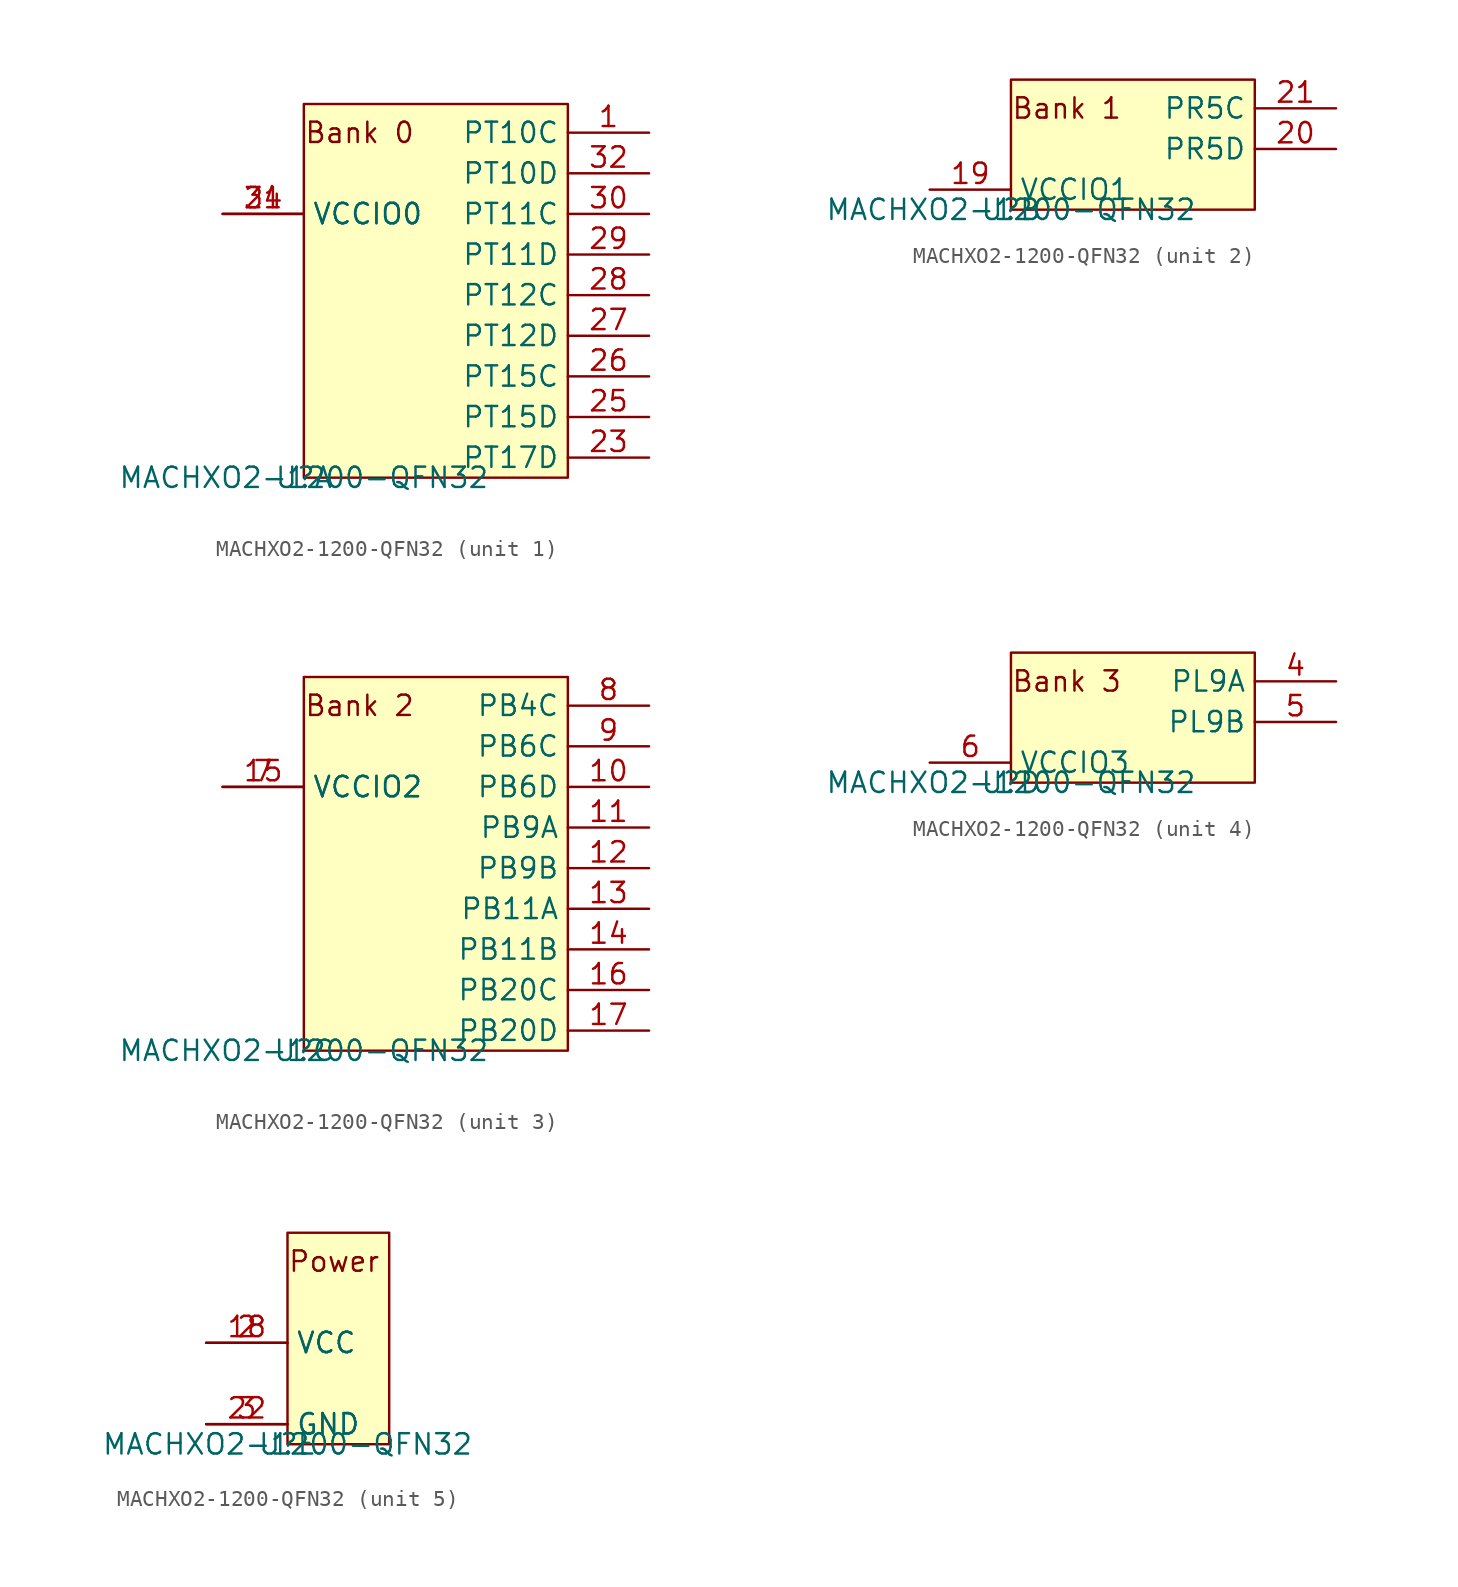
<source format=kicad_sym>
(kicad_symbol_lib
  (version 20211014)
  (generator kicad_symbol_editor)
  (symbol "MACHXO2-1200-QFN32"
    (property "Reference" "U"
      (at 0 0 0)
      (effects (font (size 1.27 1.27))))
    (property "Value" "MACHXO2-1200-QFN32"
      (at 0 0 0)
      (effects (font (size 1.27 1.27))))
    (property "ki_locked" ""
      (at 0 0 0)
      (effects (font (size 1.27 1.27))))
    (symbol "MACHXO2-1200-QFN32_1_0"
      (pin power_in line (at -5.08 16.494 0) (length 5.08) (name "VCCIO0" (effects (font (size 1.27 1.27)))) (number "24" (effects (font (size 1.27 1.27)))))
      (pin power_in line (at -5.08 16.494 0) (length 5.08) (name "VCCIO0" (effects (font (size 1.27 1.27)))) (number "31" (effects (font (size 1.27 1.27)))))
      (pin bidirectional line (at 21.59 21.574 180) (length 5.08) (name "PT10C" (effects (font (size 1.27 1.27)))) (number "1" (effects (font (size 1.27 1.27)))))
      (pin bidirectional line (at 21.59 19.034 180) (length 5.08) (name "PT10D" (effects (font (size 1.27 1.27)))) (number "32" (effects (font (size 1.27 1.27)))))
      (pin bidirectional line (at 21.59 16.494 180) (length 5.08) (name "PT11C" (effects (font (size 1.27 1.27)))) (number "30" (effects (font (size 1.27 1.27)))))
      (pin bidirectional line (at 21.59 13.954 180) (length 5.08) (name "PT11D" (effects (font (size 1.27 1.27)))) (number "29" (effects (font (size 1.27 1.27)))))
      (pin bidirectional line (at 21.59 11.414 180) (length 5.08) (name "PT12C" (effects (font (size 1.27 1.27)))) (number "28" (effects (font (size 1.27 1.27)))))
      (pin bidirectional line (at 21.59 8.874 180) (length 5.08) (name "PT12D" (effects (font (size 1.27 1.27)))) (number "27" (effects (font (size 1.27 1.27)))))
      (pin bidirectional line (at 21.59 6.334 180) (length 5.08) (name "PT15C" (effects (font (size 1.27 1.27)))) (number "26" (effects (font (size 1.27 1.27)))))
      (pin bidirectional line (at 21.59 3.794 180) (length 5.08) (name "PT15D" (effects (font (size 1.27 1.27)))) (number "25" (effects (font (size 1.27 1.27)))))
      (pin bidirectional line (at 21.59 1.254 180) (length 5.08) (name "PT17D" (effects (font (size 1.27 1.27)))) (number "23" (effects (font (size 1.27 1.27))))))
    (symbol "MACHXO2-1200-QFN32_1_1"
      (rectangle (start 0 0) (end 16.51 23.368) (stroke (width 0) (type default) (color 0 0 0 0)) (fill (type background)))
      (text "Bank 0" (at 0 21.574 0) (effects (font (size 1.27 1.27)) (justify left))))
    (symbol "MACHXO2-1200-QFN32_2_0"
      (pin power_in line (at -5.08 1.254 0) (length 5.08) (name "VCCIO1" (effects (font (size 1.27 1.27)))) (number "19" (effects (font (size 1.27 1.27)))))
      (pin bidirectional line (at 20.32 6.334 180) (length 5.08) (name "PR5C" (effects (font (size 1.27 1.27)))) (number "21" (effects (font (size 1.27 1.27)))))
      (pin bidirectional line (at 20.32 3.794 180) (length 5.08) (name "PR5D" (effects (font (size 1.27 1.27)))) (number "20" (effects (font (size 1.27 1.27))))))
    (symbol "MACHXO2-1200-QFN32_2_1"
      (rectangle (start 0 0) (end 15.24 8.128) (stroke (width 0) (type default) (color 0 0 0 0)) (fill (type background)))
      (text "Bank 1" (at 0 6.334 0) (effects (font (size 1.27 1.27)) (justify left))))
    (symbol "MACHXO2-1200-QFN32_3_0"
      (pin power_in line (at -5.08 16.494 0) (length 5.08) (name "VCCIO2" (effects (font (size 1.27 1.27)))) (number "7" (effects (font (size 1.27 1.27)))))
      (pin power_in line (at -5.08 16.494 0) (length 5.08) (name "VCCIO2" (effects (font (size 1.27 1.27)))) (number "15" (effects (font (size 1.27 1.27)))))
      (pin bidirectional line (at 21.59 21.574 180) (length 5.08) (name "PB4C" (effects (font (size 1.27 1.27)))) (number "8" (effects (font (size 1.27 1.27)))))
      (pin bidirectional line (at 21.59 19.034 180) (length 5.08) (name "PB6C" (effects (font (size 1.27 1.27)))) (number "9" (effects (font (size 1.27 1.27)))))
      (pin bidirectional line (at 21.59 16.494 180) (length 5.08) (name "PB6D" (effects (font (size 1.27 1.27)))) (number "10" (effects (font (size 1.27 1.27)))))
      (pin bidirectional line (at 21.59 13.954 180) (length 5.08) (name "PB9A" (effects (font (size 1.27 1.27)))) (number "11" (effects (font (size 1.27 1.27)))))
      (pin bidirectional line (at 21.59 11.414 180) (length 5.08) (name "PB9B" (effects (font (size 1.27 1.27)))) (number "12" (effects (font (size 1.27 1.27)))))
      (pin bidirectional line (at 21.59 8.874 180) (length 5.08) (name "PB11A" (effects (font (size 1.27 1.27)))) (number "13" (effects (font (size 1.27 1.27)))))
      (pin bidirectional line (at 21.59 6.334 180) (length 5.08) (name "PB11B" (effects (font (size 1.27 1.27)))) (number "14" (effects (font (size 1.27 1.27)))))
      (pin bidirectional line (at 21.59 3.794 180) (length 5.08) (name "PB20C" (effects (font (size 1.27 1.27)))) (number "16" (effects (font (size 1.27 1.27)))))
      (pin bidirectional line (at 21.59 1.254 180) (length 5.08) (name "PB20D" (effects (font (size 1.27 1.27)))) (number "17" (effects (font (size 1.27 1.27))))))
    (symbol "MACHXO2-1200-QFN32_3_1"
      (rectangle (start 0 0) (end 16.51 23.368) (stroke (width 0) (type default) (color 0 0 0 0)) (fill (type background)))
      (text "Bank 2" (at 0 21.574 0) (effects (font (size 1.27 1.27)) (justify left))))
    (symbol "MACHXO2-1200-QFN32_4_0"
      (pin power_in line (at -5.08 1.254 0) (length 5.08) (name "VCCIO3" (effects (font (size 1.27 1.27)))) (number "6" (effects (font (size 1.27 1.27)))))
      (pin bidirectional line (at 20.32 6.334 180) (length 5.08) (name "PL9A" (effects (font (size 1.27 1.27)))) (number "4" (effects (font (size 1.27 1.27)))))
      (pin bidirectional line (at 20.32 3.794 180) (length 5.08) (name "PL9B" (effects (font (size 1.27 1.27)))) (number "5" (effects (font (size 1.27 1.27))))))
    (symbol "MACHXO2-1200-QFN32_4_1"
      (rectangle (start 0 0) (end 15.24 8.128) (stroke (width 0) (type default) (color 0 0 0 0)) (fill (type background)))
      (text "Bank 3" (at 0 6.334 0) (effects (font (size 1.27 1.27)) (justify left))))
    (symbol "MACHXO2-1200-QFN32_5_0"
      (pin power_in line (at -5.08 6.334 0) (length 5.08) (name "VCC" (effects (font (size 1.27 1.27)))) (number "18" (effects (font (size 1.27 1.27)))))
      (pin power_in line (at -5.08 6.334 0) (length 5.08) (name "VCC" (effects (font (size 1.27 1.27)))) (number "2" (effects (font (size 1.27 1.27)))))
      (pin power_in line (at -5.08 1.254 0) (length 5.08) (name "GND" (effects (font (size 1.27 1.27)))) (number "3" (effects (font (size 1.27 1.27)))))
      (pin power_in line (at -5.08 1.254 0) (length 5.08) (name "GND" (effects (font (size 1.27 1.27)))) (number "22" (effects (font (size 1.27 1.27))))))
    (symbol "MACHXO2-1200-QFN32_5_1"
      (rectangle (start 0 0) (end 6.35 13.208) (stroke (width 0) (type default) (color 0 0 0 0)) (fill (type background)))
      (text "Power" (at 0 11.414 0) (effects (font (size 1.27 1.27)) (justify left))))))
</source>
